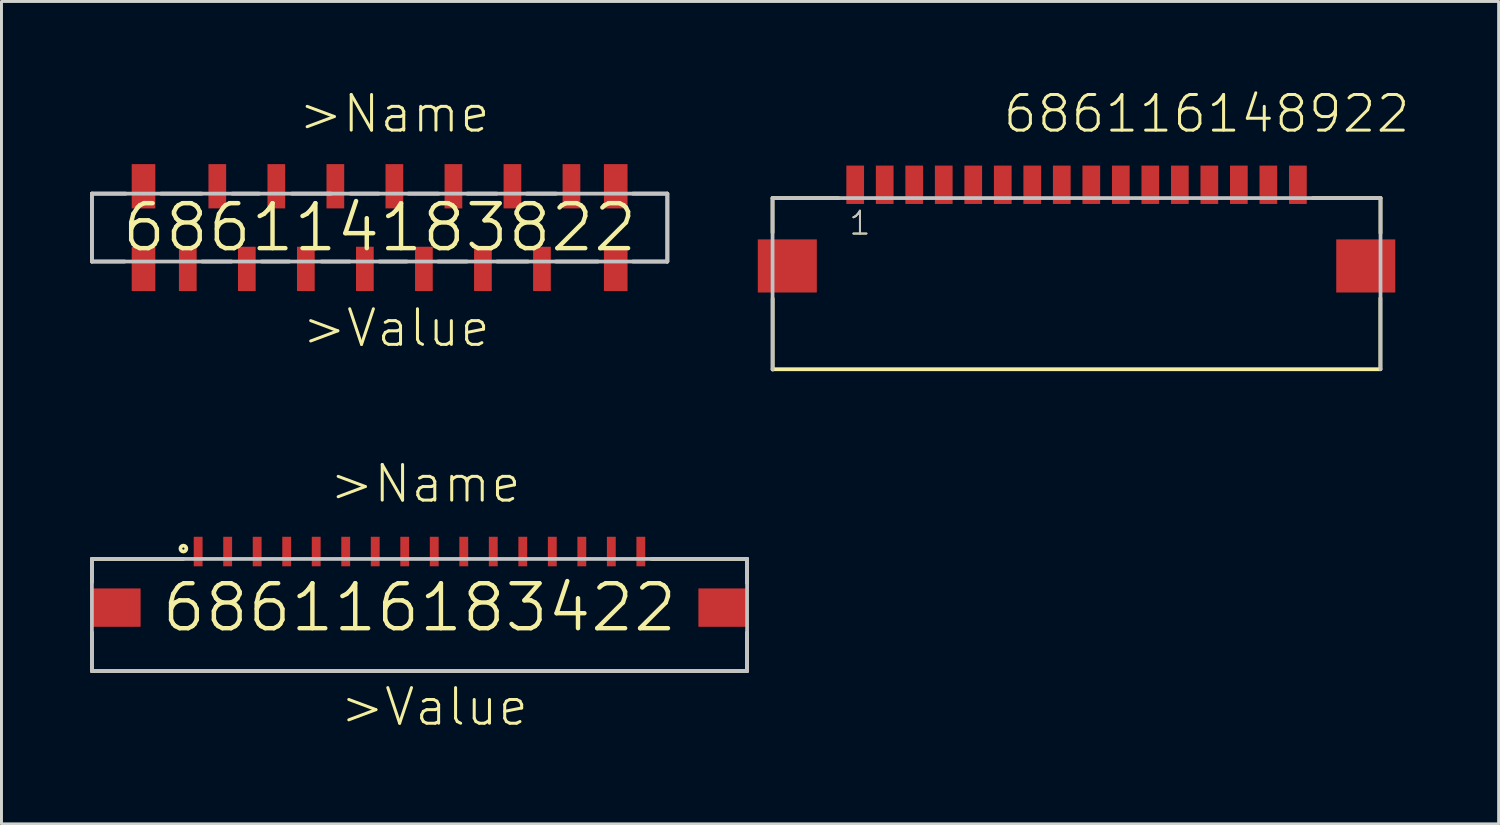
<source format=kicad_pcb>
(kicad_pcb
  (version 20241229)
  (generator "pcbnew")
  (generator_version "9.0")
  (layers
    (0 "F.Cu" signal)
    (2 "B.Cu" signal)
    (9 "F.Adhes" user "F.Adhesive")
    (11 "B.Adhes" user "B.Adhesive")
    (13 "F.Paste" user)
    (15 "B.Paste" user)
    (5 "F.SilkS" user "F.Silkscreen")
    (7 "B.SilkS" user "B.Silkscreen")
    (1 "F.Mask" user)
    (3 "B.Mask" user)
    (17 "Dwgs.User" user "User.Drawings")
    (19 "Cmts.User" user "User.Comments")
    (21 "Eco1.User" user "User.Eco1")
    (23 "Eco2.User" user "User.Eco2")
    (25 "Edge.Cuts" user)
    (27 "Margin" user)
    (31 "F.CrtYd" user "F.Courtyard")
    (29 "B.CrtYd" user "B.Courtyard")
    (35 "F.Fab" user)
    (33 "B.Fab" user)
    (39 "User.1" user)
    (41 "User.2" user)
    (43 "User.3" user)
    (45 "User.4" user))
  (footprint "686114183822"
    (layer "F.Cu")
    (at 9.813 4.661)
    (property "Reference" "686114183822" (at 0 0 0) (layer "F.SilkS") (effects (font (size 1.524 1.524) (thickness 0.15))))
    (attr through_hole)
    (fp_line (start -9.75 -1.15) (end -9.75 1.15) (stroke (width 0.127) (type solid)) (layer "F.SilkS"))
    (fp_line (start -9.75 1.15) (end -8.64 1.15) (stroke (width 0.127) (type solid)) (layer "F.SilkS"))
    (fp_line (start -8.6 -1.15) (end -9.75 -1.15) (stroke (width 0.127) (type solid)) (layer "F.SilkS"))
    (fp_line (start -7.41 -1.15) (end -6.03 -1.15) (stroke (width 0.127) (type solid)) (layer "F.SilkS"))
    (fp_line (start -6.01 1.15) (end -5.02 1.15) (stroke (width 0.127) (type solid)) (layer "F.SilkS"))
    (fp_line (start -5 -1.15) (end -4.08 -1.15) (stroke (width 0.127) (type solid)) (layer "F.SilkS"))
    (fp_line (start -4 1.15) (end -3.06 1.15) (stroke (width 0.127) (type solid)) (layer "F.SilkS"))
    (fp_line (start -2.98 -1.15) (end -1.65 -1.15) (stroke (width 0.127) (type solid)) (layer "F.SilkS"))
    (fp_line (start -1.97 1.15) (end -1.01 1.15) (stroke (width 0.127) (type solid)) (layer "F.SilkS"))
    (fp_line (start -0.99 -1.15) (end -0.03 -1.15) (stroke (width 0.127) (type solid)) (layer "F.SilkS"))
    (fp_line (start -0.01 1.15) (end 0.92 1.15) (stroke (width 0.127) (type solid)) (layer "F.SilkS"))
    (fp_line (start 0.97 -1.15) (end 2 -1.15) (stroke (width 0.127) (type solid)) (layer "F.SilkS"))
    (fp_line (start 1.98 1.15) (end 2.96 1.15) (stroke (width 0.127) (type solid)) (layer "F.SilkS"))
    (fp_line (start 2.97 -1.15) (end 3.97 -1.15) (stroke (width 0.127) (type solid)) (layer "F.SilkS"))
    (fp_line (start 3.98 1.15) (end 5.03 1.15) (stroke (width 0.127) (type solid)) (layer "F.SilkS"))
    (fp_line (start 4.98 -1.15) (end 5.98 -1.15) (stroke (width 0.127) (type solid)) (layer "F.SilkS"))
    (fp_line (start 5.97 1.15) (end 7.4 1.15) (stroke (width 0.127) (type solid)) (layer "F.SilkS"))
    (fp_line (start 8.58 -1.15) (end 9.74 -1.15) (stroke (width 0.127) (type solid)) (layer "F.SilkS"))
    (fp_line (start 8.58 1.15) (end 9.74 1.15) (stroke (width 0.127) (type solid)) (layer "F.SilkS"))
    (fp_line (start 9.74 1.15) (end 9.74 1.14) (stroke (width 0.127) (type solid)) (layer "F.SilkS"))
    (fp_line (start 9.75 -1.15) (end 9.75 1.15) (stroke (width 0.127) (type solid)) (layer "F.SilkS"))
    (fp_line (start -9.75 -1.15) (end 9.75 -1.15) (stroke (width 0.127) (type solid)) (layer "Dwgs.User"))
    (fp_line (start -9.75 1.15) (end -9.75 -1.15) (stroke (width 0.127) (type solid)) (layer "Dwgs.User"))
    (fp_line (start 9.75 -1.15) (end 9.75 1.15) (stroke (width 0.127) (type solid)) (layer "Dwgs.User"))
    (fp_line (start 9.75 1.15) (end -9.75 1.15) (stroke (width 0.127) (type solid)) (layer "Dwgs.User"))
    (fp_text user ">Value" (at -2.69 4.11 0) (layer "F.SilkS") (effects (font (size 1.206 1.206) (thickness 0.102)) (justify left bottom)))
    (fp_text user ">Name" (at -2.81 -3.15 0) (layer "F.SilkS") (effects (font (size 1.206 1.206) (thickness 0.102)) (justify left bottom)))
    (pad "1" smd rect (at -6.5 1.4 90) (size 1.5 0.6) (layers "F.Cu" "F.Mask" "F.Paste"))
    (pad "2" smd rect (at -5.5 -1.4 90) (size 1.5 0.6) (layers "F.Cu" "F.Mask" "F.Paste"))
    (pad "3" smd rect (at -4.5 1.4 90) (size 1.5 0.6) (layers "F.Cu" "F.Mask" "F.Paste"))
    (pad "4" smd rect (at -3.5 -1.4 90) (size 1.5 0.6) (layers "F.Cu" "F.Mask" "F.Paste"))
    (pad "5" smd rect (at -2.5 1.4 90) (size 1.5 0.6) (layers "F.Cu" "F.Mask" "F.Paste"))
    (pad "6" smd rect (at -1.5 -1.4 90) (size 1.5 0.6) (layers "F.Cu" "F.Mask" "F.Paste"))
    (pad "7" smd rect (at -0.5 1.4 90) (size 1.5 0.6) (layers "F.Cu" "F.Mask" "F.Paste"))
    (pad "8" smd rect (at 0.5 -1.4 90) (size 1.5 0.6) (layers "F.Cu" "F.Mask" "F.Paste"))
    (pad "9" smd rect (at 1.5 1.4 90) (size 1.5 0.6) (layers "F.Cu" "F.Mask" "F.Paste"))
    (pad "10" smd rect (at 2.5 -1.4 90) (size 1.5 0.6) (layers "F.Cu" "F.Mask" "F.Paste"))
    (pad "11" smd rect (at 3.5 1.4 90) (size 1.5 0.6) (layers "F.Cu" "F.Mask" "F.Paste"))
    (pad "12" smd rect (at 4.5 -1.4 90) (size 1.5 0.6) (layers "F.Cu" "F.Mask" "F.Paste"))
    (pad "13" smd rect (at 5.5 1.4 90) (size 1.5 0.6) (layers "F.Cu" "F.Mask" "F.Paste"))
    (pad "14" smd rect (at 6.5 -1.4 90) (size 1.5 0.6) (layers "F.Cu" "F.Mask" "F.Paste"))
    (pad "Z1" smd rect (at -8 1.4 90) (size 1.5 0.8) (layers "F.Cu" "F.Mask" "F.Paste"))
    (pad "Z2" smd rect (at 8 1.4 90) (size 1.5 0.8) (layers "F.Cu" "F.Mask" "F.Paste"))
    (pad "Z3" smd rect (at 8 -1.4 90) (size 1.5 0.8) (layers "F.Cu" "F.Mask" "F.Paste"))
    (pad "Z4" smd rect (at -8 -1.4 90) (size 1.5 0.8) (layers "F.Cu" "F.Mask" "F.Paste")))
  (footprint "686116183422"
    (layer "F.Cu")
    (at 11.164 17.538)
    (property "Reference" "686116183422" (at 0 0 0) (layer "F.SilkS") (effects (font (size 1.524 1.524) (thickness 0.15))))
    (attr through_hole)
    (fp_line (start -11.1 -1.65) (end -11.1 -0.86) (stroke (width 0.127) (type solid)) (layer "F.SilkS"))
    (fp_line (start -11.1 0.84) (end -11.1 2.15) (stroke (width 0.127) (type solid)) (layer "F.SilkS"))
    (fp_line (start -11.1 2.15) (end 11.1 2.15) (stroke (width 0.127) (type solid)) (layer "F.SilkS"))
    (fp_line (start -8 -1.65) (end -11.1 -1.65) (stroke (width 0.127) (type solid)) (layer "F.SilkS"))
    (fp_line (start 7.86 -1.65) (end 11.1 -1.65) (stroke (width 0.127) (type solid)) (layer "F.SilkS"))
    (fp_line (start 11.1 -1.65) (end 11.1 -0.83) (stroke (width 0.127) (type solid)) (layer "F.SilkS"))
    (fp_line (start 11.1 2.15) (end 11.1 0.84) (stroke (width 0.127) (type solid)) (layer "F.SilkS"))
    (fp_circle (center -8 -2) (end -7.9 -2) (stroke (width 0.127) (type solid)) (fill no) (layer "F.SilkS"))
    (fp_line (start -11.1 -1.65) (end 11.1 -1.65) (stroke (width 0.127) (type solid)) (layer "Dwgs.User"))
    (fp_line (start -11.1 2.15) (end -11.1 -1.65) (stroke (width 0.127) (type solid)) (layer "Dwgs.User"))
    (fp_line (start 11.1 -1.65) (end 11.1 2.15) (stroke (width 0.127) (type solid)) (layer "Dwgs.User"))
    (fp_line (start 11.1 2.15) (end -11.1 2.15) (stroke (width 0.127) (type solid)) (layer "Dwgs.User"))
    (fp_text user ">Value" (at -2.75 4.07 0) (layer "F.SilkS") (effects (font (size 1.206 1.206) (thickness 0.102)) (justify left bottom)))
    (fp_text user ">Name" (at -3.11 -3.49 0) (layer "F.SilkS") (effects (font (size 1.206 1.206) (thickness 0.102)) (justify left bottom)))
    (pad "1" smd rect (at -7.5 -1.9 90) (size 1 0.3) (layers "F.Cu" "F.Mask" "F.Paste"))
    (pad "2" smd rect (at -6.5 -1.9 90) (size 1 0.3) (layers "F.Cu" "F.Mask" "F.Paste"))
    (pad "3" smd rect (at -5.5 -1.9 90) (size 1 0.3) (layers "F.Cu" "F.Mask" "F.Paste"))
    (pad "4" smd rect (at -4.5 -1.9 90) (size 1 0.3) (layers "F.Cu" "F.Mask" "F.Paste"))
    (pad "5" smd rect (at -3.5 -1.9 90) (size 1 0.3) (layers "F.Cu" "F.Mask" "F.Paste"))
    (pad "6" smd rect (at -2.5 -1.9 90) (size 1 0.3) (layers "F.Cu" "F.Mask" "F.Paste"))
    (pad "7" smd rect (at -1.5 -1.9 90) (size 1 0.3) (layers "F.Cu" "F.Mask" "F.Paste"))
    (pad "8" smd rect (at -0.5 -1.9 90) (size 1 0.3) (layers "F.Cu" "F.Mask" "F.Paste"))
    (pad "9" smd rect (at 0.5 -1.9 90) (size 1 0.3) (layers "F.Cu" "F.Mask" "F.Paste"))
    (pad "10" smd rect (at 1.5 -1.9 90) (size 1 0.3) (layers "F.Cu" "F.Mask" "F.Paste"))
    (pad "11" smd rect (at 2.5 -1.9 90) (size 1 0.3) (layers "F.Cu" "F.Mask" "F.Paste"))
    (pad "12" smd rect (at 3.5 -1.9 90) (size 1 0.3) (layers "F.Cu" "F.Mask" "F.Paste"))
    (pad "13" smd rect (at 4.5 -1.9 90) (size 1 0.3) (layers "F.Cu" "F.Mask" "F.Paste"))
    (pad "14" smd rect (at 5.5 -1.9 90) (size 1 0.3) (layers "F.Cu" "F.Mask" "F.Paste"))
    (pad "15" smd rect (at 6.5 -1.9 90) (size 1 0.3) (layers "F.Cu" "F.Mask" "F.Paste"))
    (pad "16" smd rect (at 7.5 -1.9 90) (size 1 0.3) (layers "F.Cu" "F.Mask" "F.Paste"))
    (pad "Z1" smd rect (at -10.275 0) (size 1.65 1.3) (layers "F.Cu" "F.Mask" "F.Paste"))
    (pad "Z2" smd rect (at 10.275 0) (size 1.65 1.3) (layers "F.Cu" "F.Mask" "F.Paste")))
  (footprint "686116148922"
    (layer "F.Cu")
    (at 33.427 5.961)
    (property "Reference" "686116148922" (at -2.55 -4.45 0) (layer "F.SilkS") (effects (font (size 1.206 1.206) (thickness 0.102)) (justify left bottom)))
    (attr through_hole)
    (fp_line (start -10.3 -2.3) (end -10.3 -1.13) (stroke (width 0.127) (type solid)) (layer "F.SilkS"))
    (fp_line (start -10.295 1.108) (end -10.295 3.512) (stroke (width 0.127) (type solid)) (layer "F.SilkS"))
    (fp_line (start -8.07 -2.3) (end -10.3 -2.3) (stroke (width 0.127) (type solid)) (layer "F.SilkS"))
    (fp_line (start 8.01 -2.3) (end 10.3 -2.3) (stroke (width 0.127) (type solid)) (layer "F.SilkS"))
    (fp_line (start 10.295 1.093) (end 10.295 3.48) (stroke (width 0.127) (type solid)) (layer "F.SilkS"))
    (fp_line (start 10.3 -2.3) (end 10.3 -1.11) (stroke (width 0.127) (type solid)) (layer "F.SilkS"))
    (fp_line (start 10.3 3.5) (end -10.3 3.5) (stroke (width 0.127) (type solid)) (layer "F.SilkS"))
    (fp_line (start -10.3 -2.3) (end 10.3 -2.3) (stroke (width 0.127) (type solid)) (layer "Dwgs.User"))
    (fp_line (start -10.3 3.5) (end -10.3 -2.3) (stroke (width 0.127) (type solid)) (layer "Dwgs.User"))
    (fp_line (start 10.3 -2.3) (end 10.3 3.5) (stroke (width 0.127) (type solid)) (layer "Dwgs.User"))
    (fp_text user "1" (at -7.75 -1 0) (layer "F.SilkS") (effects (font (size 0.772 0.772) (thickness 0.065)) (justify left bottom)))
    (fp_text user "1" (at -7.75 -1 0) (layer "Dwgs.User") (effects (font (size 0.772 0.772) (thickness 0.065)) (justify left bottom)))
    (pad "1" smd rect (at -7.5 -2.75) (size 0.6 1.3) (layers "F.Cu" "F.Mask" "F.Paste"))
    (pad "2" smd rect (at -6.5 -2.75) (size 0.6 1.3) (layers "F.Cu" "F.Mask" "F.Paste"))
    (pad "3" smd rect (at -5.5 -2.75) (size 0.6 1.3) (layers "F.Cu" "F.Mask" "F.Paste"))
    (pad "4" smd rect (at -4.5 -2.75) (size 0.6 1.3) (layers "F.Cu" "F.Mask" "F.Paste"))
    (pad "5" smd rect (at -3.5 -2.75) (size 0.6 1.3) (layers "F.Cu" "F.Mask" "F.Paste"))
    (pad "6" smd rect (at -2.5 -2.75) (size 0.6 1.3) (layers "F.Cu" "F.Mask" "F.Paste"))
    (pad "7" smd rect (at -1.5 -2.75) (size 0.6 1.3) (layers "F.Cu" "F.Mask" "F.Paste"))
    (pad "8" smd rect (at -0.5 -2.75) (size 0.6 1.3) (layers "F.Cu" "F.Mask" "F.Paste"))
    (pad "9" smd rect (at 0.5 -2.75) (size 0.6 1.3) (layers "F.Cu" "F.Mask" "F.Paste"))
    (pad "10" smd rect (at 1.5 -2.75) (size 0.6 1.3) (layers "F.Cu" "F.Mask" "F.Paste"))
    (pad "11" smd rect (at 2.5 -2.75) (size 0.6 1.3) (layers "F.Cu" "F.Mask" "F.Paste"))
    (pad "12" smd rect (at 3.5 -2.75) (size 0.6 1.3) (layers "F.Cu" "F.Mask" "F.Paste"))
    (pad "13" smd rect (at 4.5 -2.75) (size 0.6 1.3) (layers "F.Cu" "F.Mask" "F.Paste"))
    (pad "14" smd rect (at 5.5 -2.75) (size 0.6 1.3) (layers "F.Cu" "F.Mask" "F.Paste"))
    (pad "15" smd rect (at 6.5 -2.75) (size 0.6 1.3) (layers "F.Cu" "F.Mask" "F.Paste"))
    (pad "16" smd rect (at 7.5 -2.75) (size 0.6 1.3) (layers "F.Cu" "F.Mask" "F.Paste"))
    (pad "Z1" smd rect (at -9.8 0) (size 2 1.8) (layers "F.Cu" "F.Mask" "F.Paste"))
    (pad "Z2" smd rect (at 9.8 0) (size 2 1.8) (layers "F.Cu" "F.Mask" "F.Paste")))
  (gr_rect
    (start -3 -3)
    (end 47.729 24.865)
    (stroke (width 0.1) (type default))
    (fill no)
    (layer "Edge.Cuts")))
</source>
